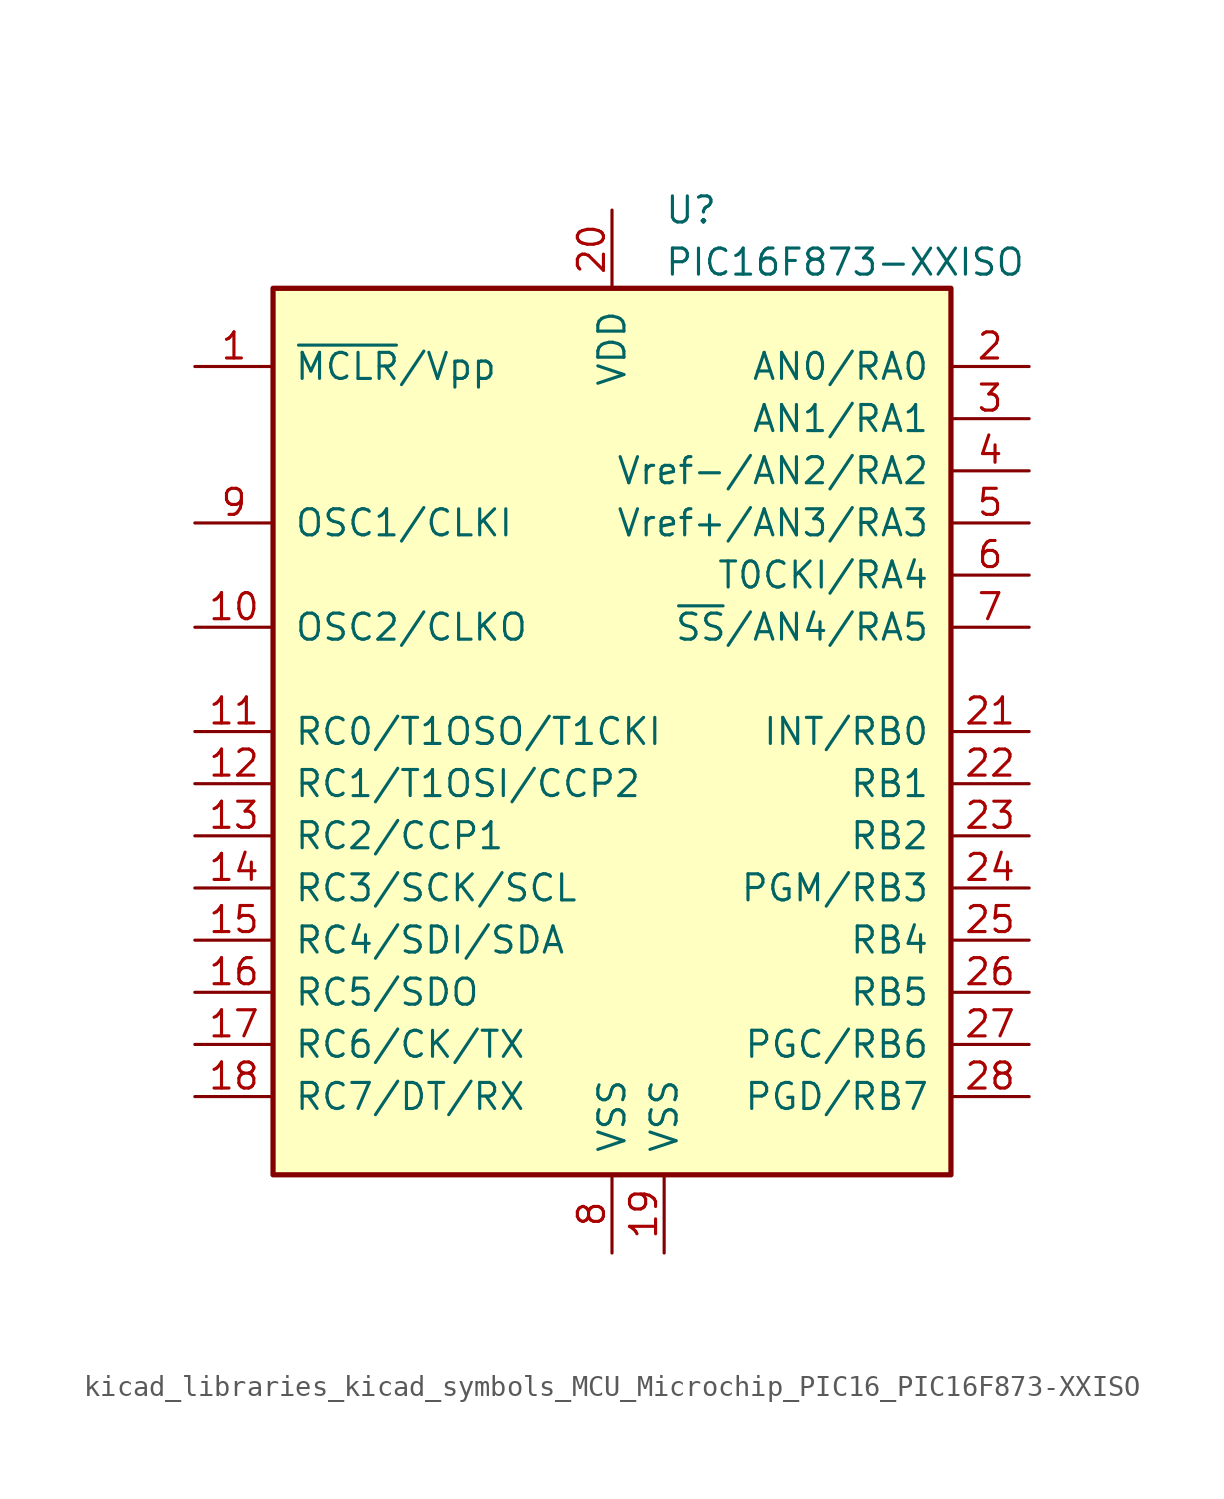
<source format=kicad_sym>
(kicad_symbol_lib
  (version 20220914)
  (generator kicad_symbol_editor)
  (symbol "kicad_libraries_kicad_symbols_MCU_Microchip_PIC16_PIC16F873-XXISO"
    (pin_names
      (offset 1.016))
    (property "Reference" "U"
      (at 2.54 25.4 0)
      (effects (font (size 1.27 1.27)) (justify left)))
    (property "Value" "PIC16F873-XXISO"
      (at 2.54 22.86 0)
      (effects (font (size 1.27 1.27)) (justify left)))
    (symbol "kicad_libraries_kicad_symbols_MCU_Microchip_PIC16_PIC16F873-XXISO_0_1"
      (rectangle (start -16.51 21.59) (end 16.51 -21.59) (stroke (width 0.254) (type default)) (fill (type background))))
    (symbol "kicad_libraries_kicad_symbols_MCU_Microchip_PIC16_PIC16F873-XXISO_1_1"
      (pin input line (at -20.32 17.78 0) (length 3.81) (name "~{MCLR}/Vpp" (effects (font (size 1.27 1.27)))) (number "1" (effects (font (size 1.27 1.27)))))
      (pin output line (at -20.32 5.08 0) (length 3.81) (name "OSC2/CLKO" (effects (font (size 1.27 1.27)))) (number "10" (effects (font (size 1.27 1.27)))))
      (pin bidirectional line (at -20.32 0 0) (length 3.81) (name "RC0/T1OSO/T1CKI" (effects (font (size 1.27 1.27)))) (number "11" (effects (font (size 1.27 1.27)))))
      (pin bidirectional line (at -20.32 -2.54 0) (length 3.81) (name "RC1/T1OSI/CCP2" (effects (font (size 1.27 1.27)))) (number "12" (effects (font (size 1.27 1.27)))))
      (pin bidirectional line (at -20.32 -5.08 0) (length 3.81) (name "RC2/CCP1" (effects (font (size 1.27 1.27)))) (number "13" (effects (font (size 1.27 1.27)))))
      (pin bidirectional line (at -20.32 -7.62 0) (length 3.81) (name "RC3/SCK/SCL" (effects (font (size 1.27 1.27)))) (number "14" (effects (font (size 1.27 1.27)))))
      (pin bidirectional line (at -20.32 -10.16 0) (length 3.81) (name "RC4/SDI/SDA" (effects (font (size 1.27 1.27)))) (number "15" (effects (font (size 1.27 1.27)))))
      (pin bidirectional line (at -20.32 -12.7 0) (length 3.81) (name "RC5/SDO" (effects (font (size 1.27 1.27)))) (number "16" (effects (font (size 1.27 1.27)))))
      (pin bidirectional line (at -20.32 -15.24 0) (length 3.81) (name "RC6/CK/TX" (effects (font (size 1.27 1.27)))) (number "17" (effects (font (size 1.27 1.27)))))
      (pin bidirectional line (at -20.32 -17.78 0) (length 3.81) (name "RC7/DT/RX" (effects (font (size 1.27 1.27)))) (number "18" (effects (font (size 1.27 1.27)))))
      (pin power_in line (at 2.54 -25.4 90) (length 3.81) (name "VSS" (effects (font (size 1.27 1.27)))) (number "19" (effects (font (size 1.27 1.27)))))
      (pin bidirectional line (at 20.32 17.78 180) (length 3.81) (name "AN0/RA0" (effects (font (size 1.27 1.27)))) (number "2" (effects (font (size 1.27 1.27)))))
      (pin power_in line (at 0 25.4 270) (length 3.81) (name "VDD" (effects (font (size 1.27 1.27)))) (number "20" (effects (font (size 1.27 1.27)))))
      (pin bidirectional line (at 20.32 0 180) (length 3.81) (name "INT/RB0" (effects (font (size 1.27 1.27)))) (number "21" (effects (font (size 1.27 1.27)))))
      (pin bidirectional line (at 20.32 -2.54 180) (length 3.81) (name "RB1" (effects (font (size 1.27 1.27)))) (number "22" (effects (font (size 1.27 1.27)))))
      (pin bidirectional line (at 20.32 -5.08 180) (length 3.81) (name "RB2" (effects (font (size 1.27 1.27)))) (number "23" (effects (font (size 1.27 1.27)))))
      (pin bidirectional line (at 20.32 -7.62 180) (length 3.81) (name "PGM/RB3" (effects (font (size 1.27 1.27)))) (number "24" (effects (font (size 1.27 1.27)))))
      (pin bidirectional line (at 20.32 -10.16 180) (length 3.81) (name "RB4" (effects (font (size 1.27 1.27)))) (number "25" (effects (font (size 1.27 1.27)))))
      (pin bidirectional line (at 20.32 -12.7 180) (length 3.81) (name "RB5" (effects (font (size 1.27 1.27)))) (number "26" (effects (font (size 1.27 1.27)))))
      (pin bidirectional line (at 20.32 -15.24 180) (length 3.81) (name "PGC/RB6" (effects (font (size 1.27 1.27)))) (number "27" (effects (font (size 1.27 1.27)))))
      (pin bidirectional line (at 20.32 -17.78 180) (length 3.81) (name "PGD/RB7" (effects (font (size 1.27 1.27)))) (number "28" (effects (font (size 1.27 1.27)))))
      (pin bidirectional line (at 20.32 15.24 180) (length 3.81) (name "AN1/RA1" (effects (font (size 1.27 1.27)))) (number "3" (effects (font (size 1.27 1.27)))))
      (pin bidirectional line (at 20.32 12.7 180) (length 3.81) (name "Vref-/AN2/RA2" (effects (font (size 1.27 1.27)))) (number "4" (effects (font (size 1.27 1.27)))))
      (pin bidirectional line (at 20.32 10.16 180) (length 3.81) (name "Vref+/AN3/RA3" (effects (font (size 1.27 1.27)))) (number "5" (effects (font (size 1.27 1.27)))))
      (pin bidirectional line (at 20.32 7.62 180) (length 3.81) (name "T0CKI/RA4" (effects (font (size 1.27 1.27)))) (number "6" (effects (font (size 1.27 1.27)))))
      (pin bidirectional line (at 20.32 5.08 180) (length 3.81) (name "~{SS}/AN4/RA5" (effects (font (size 1.27 1.27)))) (number "7" (effects (font (size 1.27 1.27)))))
      (pin power_in line (at 0 -25.4 90) (length 3.81) (name "VSS" (effects (font (size 1.27 1.27)))) (number "8" (effects (font (size 1.27 1.27)))))
      (pin input line (at -20.32 10.16 0) (length 3.81) (name "OSC1/CLKI" (effects (font (size 1.27 1.27)))) (number "9" (effects (font (size 1.27 1.27))))))))
</source>
